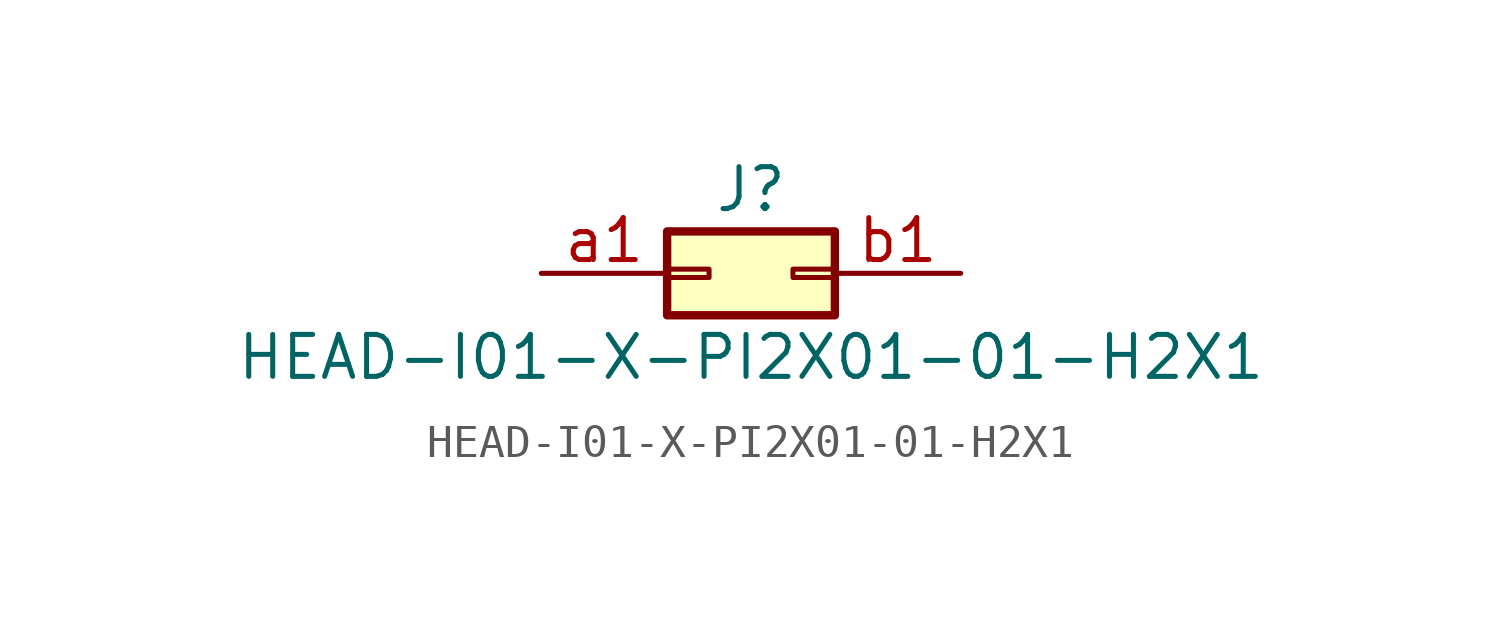
<source format=kicad_sym>
(kicad_symbol_lib
  (version 20211014)
  (generator kicad_symbol_editor)
  (symbol "HEAD-I01-X-PI2X01-01-H2X1"
    (pin_names
      (offset 1.016) hide)
    (property "Reference" "J"
      (at 1.27 2.54 0)
      (effects (font (size 1.27 1.27))))
    (property "Value" "HEAD-I01-X-PI2X01-01-H2X1"
      (at 1.27 -2.54 0)
      (effects (font (size 1.27 1.27))))
    (symbol "HEAD-I01-X-PI2X01-01-H2X1_1_1"
      (rectangle (start -1.27 0.127) (end 0 -0.127) (stroke (width 0.152) (type default) (color 0 0 0 0)) (fill (type none)))
      (rectangle (start -1.27 1.27) (end 3.81 -1.27) (stroke (width 0.254) (type default) (color 0 0 0 0)) (fill (type background)))
      (rectangle (start 3.81 0.127) (end 2.54 -0.127) (stroke (width 0.152) (type default) (color 0 0 0 0)) (fill (type none)))
      (pin passive line (at -5.08 0 0) (length 3.81) (name "Pin_a1" (effects (font (size 1.27 1.27)))) (number "a1" (effects (font (size 1.27 1.27)))))
      (pin passive line (at 7.62 0 180) (length 3.81) (name "Pin_b1" (effects (font (size 1.27 1.27)))) (number "b1" (effects (font (size 1.27 1.27))))))))
</source>
